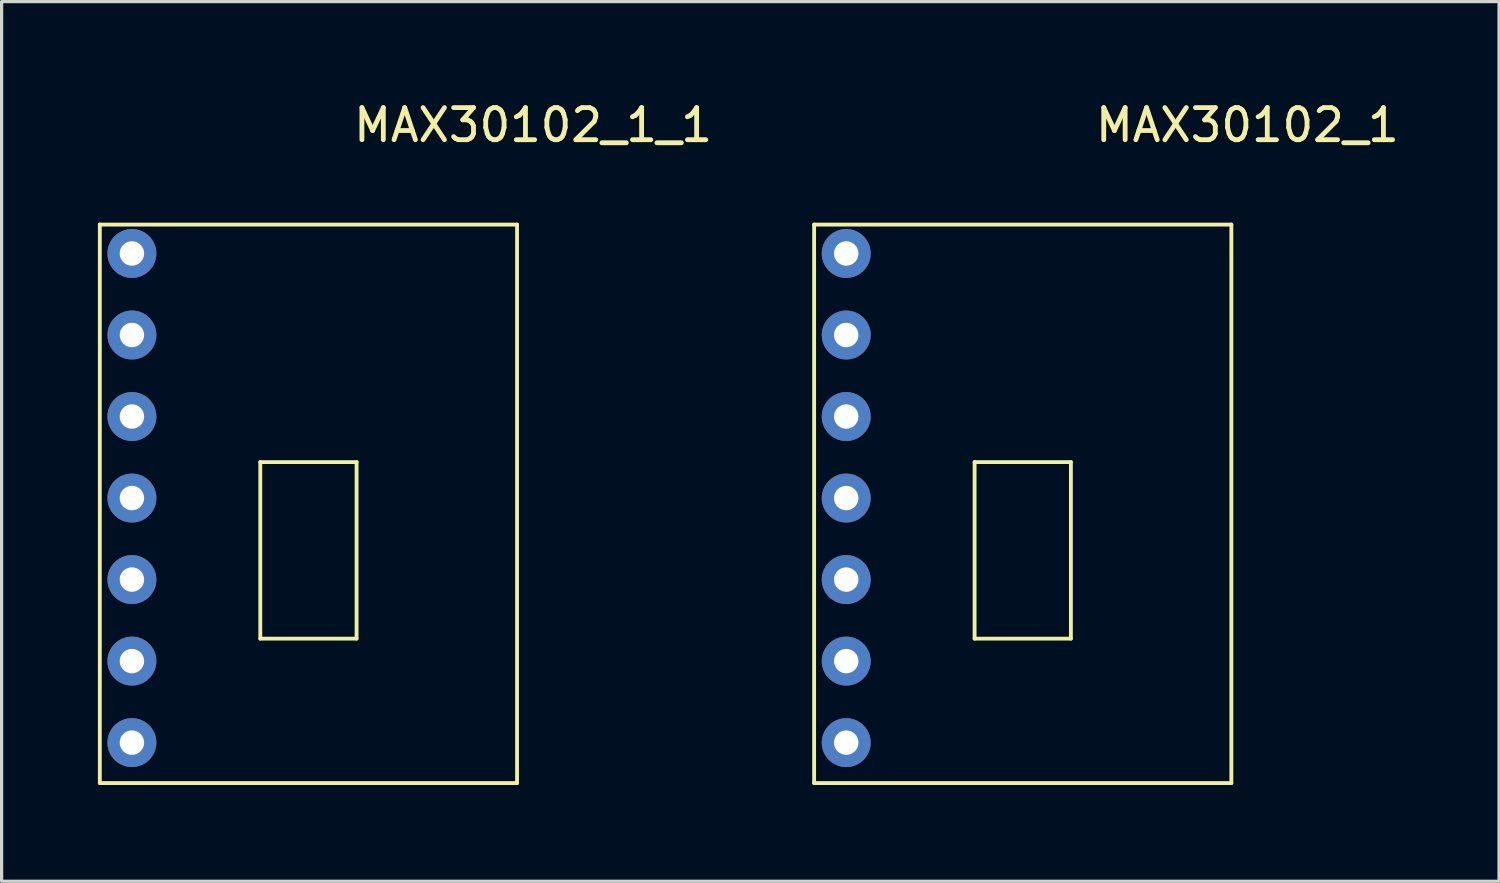
<source format=kicad_pcb>
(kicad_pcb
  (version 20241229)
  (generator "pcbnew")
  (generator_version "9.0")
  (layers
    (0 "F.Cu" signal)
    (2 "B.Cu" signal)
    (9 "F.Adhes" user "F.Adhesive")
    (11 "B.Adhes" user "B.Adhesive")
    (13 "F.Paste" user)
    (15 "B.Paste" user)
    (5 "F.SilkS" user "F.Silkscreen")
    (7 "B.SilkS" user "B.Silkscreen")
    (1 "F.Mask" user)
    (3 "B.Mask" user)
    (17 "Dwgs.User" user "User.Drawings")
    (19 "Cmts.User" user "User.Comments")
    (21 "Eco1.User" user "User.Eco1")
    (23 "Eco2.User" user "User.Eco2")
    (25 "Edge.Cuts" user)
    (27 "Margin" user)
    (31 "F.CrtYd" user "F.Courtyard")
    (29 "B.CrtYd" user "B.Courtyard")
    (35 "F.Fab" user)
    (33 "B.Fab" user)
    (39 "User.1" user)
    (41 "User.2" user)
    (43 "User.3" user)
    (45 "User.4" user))
  (footprint "MAX30102_1"
    (layer "F.Cu")
    (at 28.716 12.548)
    (property "Reference" "MAX30102_1" (at 7.1 -11.7 0) (layer "F.SilkS") (effects (font (size 1 1) (thickness 0.15))))
    (attr through_hole)
    (fp_line (start -6.4 -8.6) (end -6.4 8.8) (stroke (width 0.12) (type solid)) (layer "F.SilkS"))
    (fp_line (start -1.4 4.3) (end -1.4 -1.2) (stroke (width 0.12) (type solid)) (layer "F.SilkS"))
    (fp_line (start -1.4 4.3) (end 1.6 4.3) (stroke (width 0.12) (type solid)) (layer "F.SilkS"))
    (fp_line (start 1.6 -1.2) (end -1.4 -1.2) (stroke (width 0.12) (type solid)) (layer "F.SilkS"))
    (fp_line (start 1.6 -1.2) (end 1.6 4.3) (stroke (width 0.12) (type solid)) (layer "F.SilkS"))
    (fp_line (start 6.6 -8.6) (end -6.4 -8.6) (stroke (width 0.12) (type solid)) (layer "F.SilkS"))
    (fp_line (start 6.6 -8.6) (end 6.6 8.8) (stroke (width 0.12) (type solid)) (layer "F.SilkS"))
    (fp_line (start 6.6 8.8) (end -6.4 8.8) (stroke (width 0.12) (type solid)) (layer "F.SilkS"))
    (pad "1" thru_hole circle (at -5.4 -7.7) (size 1.524 1.524) (drill 0.762) (layers "*.Cu" "*.Mask"))
    (pad "2" thru_hole circle (at -5.4 -5.16) (size 1.524 1.524) (drill 0.762) (layers "*.Cu" "*.Mask"))
    (pad "3" thru_hole circle (at -5.4 -2.62) (size 1.524 1.524) (drill 0.762) (layers "*.Cu" "*.Mask"))
    (pad "4" thru_hole circle (at -5.4 -0.08) (size 1.524 1.524) (drill 0.762) (layers "*.Cu" "*.Mask"))
    (pad "5" thru_hole circle (at -5.4 2.46) (size 1.524 1.524) (drill 0.762) (layers "*.Cu" "*.Mask"))
    (pad "6" thru_hole circle (at -5.4 5) (size 1.524 1.524) (drill 0.762) (layers "*.Cu" "*.Mask"))
    (pad "7" thru_hole circle (at -5.4 7.54) (size 1.524 1.524) (drill 0.762) (layers "*.Cu" "*.Mask")))
  (footprint "MAX30102_1_1"
    (layer "F.Cu")
    (at 6.46 12.548)
    (property "Reference" "MAX30102_1_1" (at 7.1 -11.7 0) (layer "F.SilkS") (effects (font (size 1 1) (thickness 0.15))))
    (attr through_hole)
    (fp_line (start -6.4 -8.6) (end -6.4 8.8) (stroke (width 0.12) (type solid)) (layer "F.SilkS"))
    (fp_line (start -1.4 4.3) (end -1.4 -1.2) (stroke (width 0.12) (type solid)) (layer "F.SilkS"))
    (fp_line (start -1.4 4.3) (end 1.6 4.3) (stroke (width 0.12) (type solid)) (layer "F.SilkS"))
    (fp_line (start 1.6 -1.2) (end -1.4 -1.2) (stroke (width 0.12) (type solid)) (layer "F.SilkS"))
    (fp_line (start 1.6 -1.2) (end 1.6 4.3) (stroke (width 0.12) (type solid)) (layer "F.SilkS"))
    (fp_line (start 6.6 -8.6) (end -6.4 -8.6) (stroke (width 0.12) (type solid)) (layer "F.SilkS"))
    (fp_line (start 6.6 -8.6) (end 6.6 8.8) (stroke (width 0.12) (type solid)) (layer "F.SilkS"))
    (fp_line (start 6.6 8.8) (end -6.4 8.8) (stroke (width 0.12) (type solid)) (layer "F.SilkS"))
    (pad "1" thru_hole circle (at -5.4 -7.7) (size 1.524 1.524) (drill 0.762) (layers "*.Cu" "*.Mask"))
    (pad "2" thru_hole circle (at -5.4 -5.16) (size 1.524 1.524) (drill 0.762) (layers "*.Cu" "*.Mask"))
    (pad "3" thru_hole circle (at -5.4 -2.62) (size 1.524 1.524) (drill 0.762) (layers "*.Cu" "*.Mask"))
    (pad "4" thru_hole circle (at -5.4 -0.08) (size 1.524 1.524) (drill 0.762) (layers "*.Cu" "*.Mask"))
    (pad "5" thru_hole circle (at -5.4 2.46) (size 1.524 1.524) (drill 0.762) (layers "*.Cu" "*.Mask"))
    (pad "6" thru_hole circle (at -5.4 5) (size 1.524 1.524) (drill 0.762) (layers "*.Cu" "*.Mask"))
    (pad "7" thru_hole circle (at -5.4 7.54) (size 1.524 1.524) (drill 0.762) (layers "*.Cu" "*.Mask")))
  (gr_rect
    (start -3 -3)
    (end 43.656 24.408)
    (stroke (width 0.1) (type default))
    (fill no)
    (layer "Edge.Cuts")))
</source>
